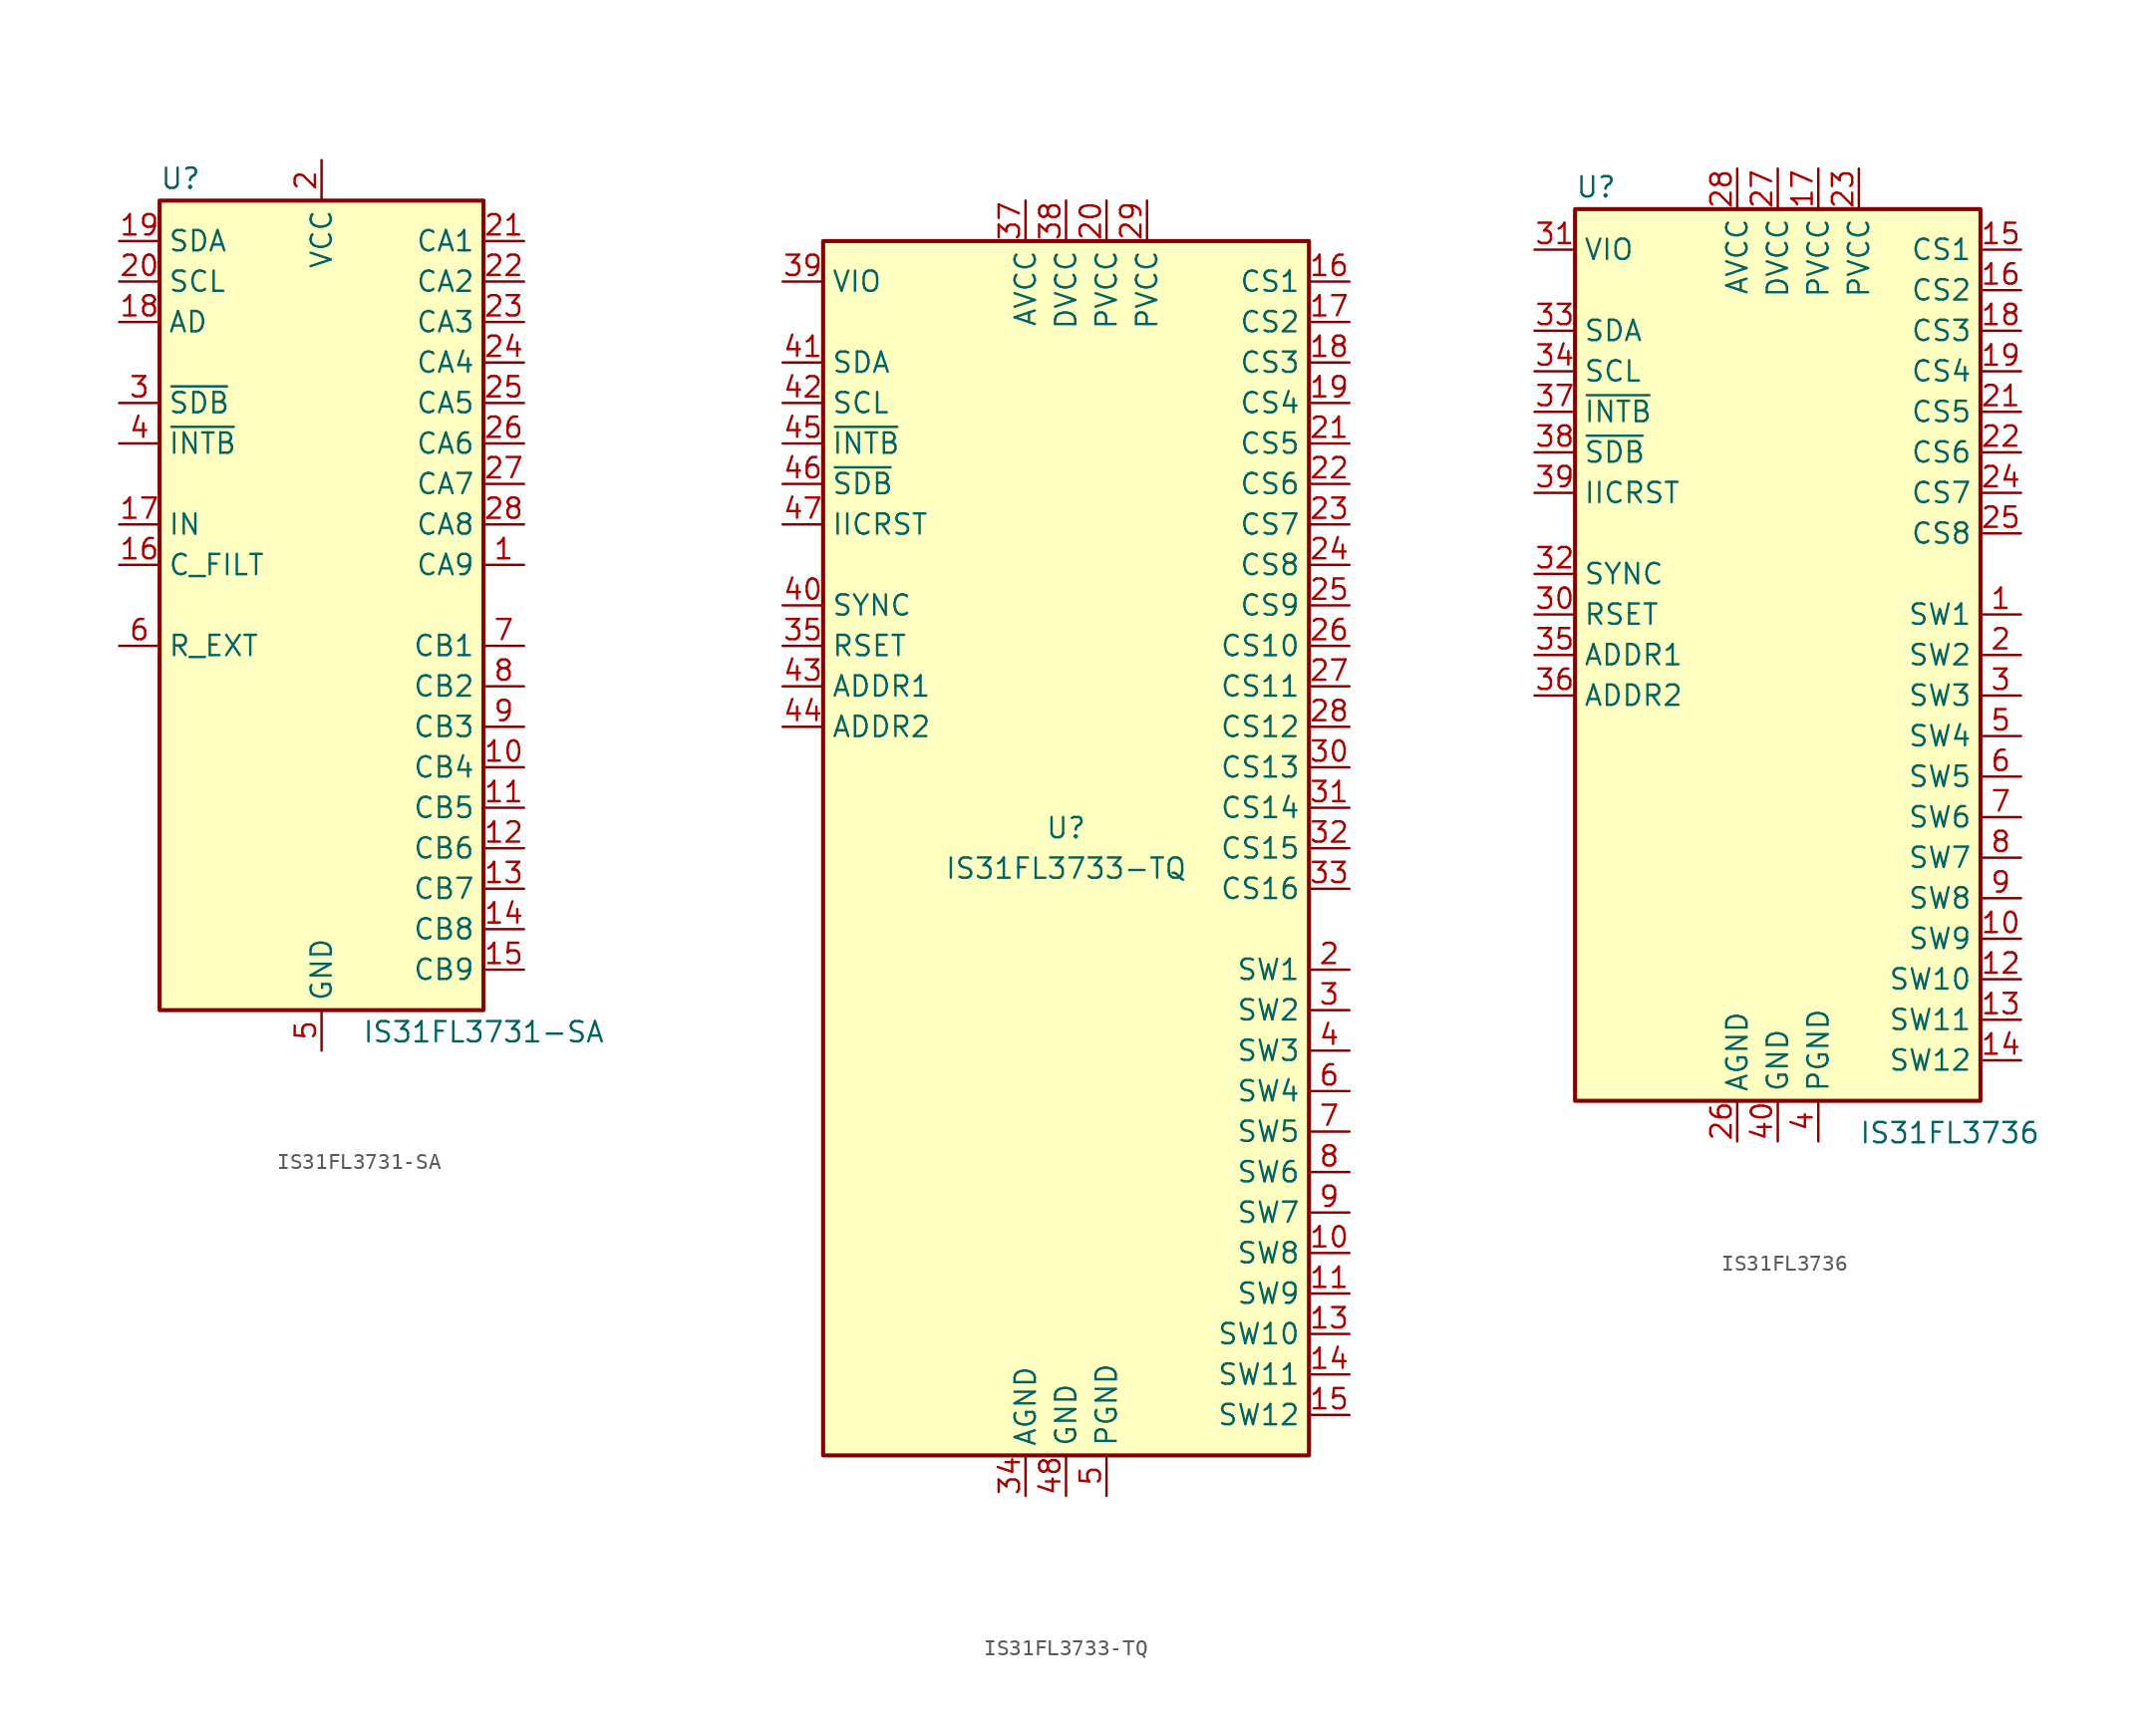
<source format=kicad_sym>
(kicad_symbol_lib
  (version 20201005)
  (generator kicad_symbol_editor)
  (symbol "IS31FL3731-SA"
    (property "Reference" "U"
      (at -10.16 26.035 0)
      (effects (font (size 1.27 1.27)) (justify left bottom)))
    (property "Value" "IS31FL3731-SA"
      (at 2.54 -26.035 0)
      (effects (font (size 1.27 1.27)) (justify left top)))
    (symbol "IS31FL3731-SA_0_1"
      (rectangle (start -10.16 25.4) (end 10.16 -25.4) (stroke (width 0.254)) (fill (type background))))
    (symbol "IS31FL3731-SA_1_1"
      (pin bidirectional line (at 12.7 2.54 180) (length 2.54) (name "CA9" (effects (font (size 1.27 1.27)))) (number "1" (effects (font (size 1.27 1.27)))))
      (pin bidirectional line (at 12.7 -10.16 180) (length 2.54) (name "CB4" (effects (font (size 1.27 1.27)))) (number "10" (effects (font (size 1.27 1.27)))))
      (pin bidirectional line (at 12.7 -12.7 180) (length 2.54) (name "CB5" (effects (font (size 1.27 1.27)))) (number "11" (effects (font (size 1.27 1.27)))))
      (pin bidirectional line (at 12.7 -15.24 180) (length 2.54) (name "CB6" (effects (font (size 1.27 1.27)))) (number "12" (effects (font (size 1.27 1.27)))))
      (pin bidirectional line (at 12.7 -17.78 180) (length 2.54) (name "CB7" (effects (font (size 1.27 1.27)))) (number "13" (effects (font (size 1.27 1.27)))))
      (pin bidirectional line (at 12.7 -20.32 180) (length 2.54) (name "CB8" (effects (font (size 1.27 1.27)))) (number "14" (effects (font (size 1.27 1.27)))))
      (pin bidirectional line (at 12.7 -22.86 180) (length 2.54) (name "CB9" (effects (font (size 1.27 1.27)))) (number "15" (effects (font (size 1.27 1.27)))))
      (pin passive line (at -12.7 2.54 0) (length 2.54) (name "C_FILT" (effects (font (size 1.27 1.27)))) (number "16" (effects (font (size 1.27 1.27)))))
      (pin input line (at -12.7 5.08 0) (length 2.54) (name "IN" (effects (font (size 1.27 1.27)))) (number "17" (effects (font (size 1.27 1.27)))))
      (pin input line (at -12.7 17.78 0) (length 2.54) (name "AD" (effects (font (size 1.27 1.27)))) (number "18" (effects (font (size 1.27 1.27)))))
      (pin bidirectional line (at -12.7 22.86 0) (length 2.54) (name "SDA" (effects (font (size 1.27 1.27)))) (number "19" (effects (font (size 1.27 1.27)))))
      (pin power_in line (at 0 27.94 270) (length 2.54) (name "VCC" (effects (font (size 1.27 1.27)))) (number "2" (effects (font (size 1.27 1.27)))))
      (pin input line (at -12.7 20.32 0) (length 2.54) (name "SCL" (effects (font (size 1.27 1.27)))) (number "20" (effects (font (size 1.27 1.27)))))
      (pin bidirectional line (at 12.7 22.86 180) (length 2.54) (name "CA1" (effects (font (size 1.27 1.27)))) (number "21" (effects (font (size 1.27 1.27)))))
      (pin bidirectional line (at 12.7 20.32 180) (length 2.54) (name "CA2" (effects (font (size 1.27 1.27)))) (number "22" (effects (font (size 1.27 1.27)))))
      (pin bidirectional line (at 12.7 17.78 180) (length 2.54) (name "CA3" (effects (font (size 1.27 1.27)))) (number "23" (effects (font (size 1.27 1.27)))))
      (pin bidirectional line (at 12.7 15.24 180) (length 2.54) (name "CA4" (effects (font (size 1.27 1.27)))) (number "24" (effects (font (size 1.27 1.27)))))
      (pin bidirectional line (at 12.7 12.7 180) (length 2.54) (name "CA5" (effects (font (size 1.27 1.27)))) (number "25" (effects (font (size 1.27 1.27)))))
      (pin bidirectional line (at 12.7 10.16 180) (length 2.54) (name "CA6" (effects (font (size 1.27 1.27)))) (number "26" (effects (font (size 1.27 1.27)))))
      (pin bidirectional line (at 12.7 7.62 180) (length 2.54) (name "CA7" (effects (font (size 1.27 1.27)))) (number "27" (effects (font (size 1.27 1.27)))))
      (pin bidirectional line (at 12.7 5.08 180) (length 2.54) (name "CA8" (effects (font (size 1.27 1.27)))) (number "28" (effects (font (size 1.27 1.27)))))
      (pin input line (at -12.7 12.7 0) (length 2.54) (name "~SDB" (effects (font (size 1.27 1.27)))) (number "3" (effects (font (size 1.27 1.27)))))
      (pin open_collector line (at -12.7 10.16 0) (length 2.54) (name "~INTB" (effects (font (size 1.27 1.27)))) (number "4" (effects (font (size 1.27 1.27)))))
      (pin power_in line (at 0 -27.94 90) (length 2.54) (name "GND" (effects (font (size 1.27 1.27)))) (number "5" (effects (font (size 1.27 1.27)))))
      (pin passive line (at -12.7 -2.54 0) (length 2.54) (name "R_EXT" (effects (font (size 1.27 1.27)))) (number "6" (effects (font (size 1.27 1.27)))))
      (pin bidirectional line (at 12.7 -2.54 180) (length 2.54) (name "CB1" (effects (font (size 1.27 1.27)))) (number "7" (effects (font (size 1.27 1.27)))))
      (pin bidirectional line (at 12.7 -5.08 180) (length 2.54) (name "CB2" (effects (font (size 1.27 1.27)))) (number "8" (effects (font (size 1.27 1.27)))))
      (pin bidirectional line (at 12.7 -7.62 180) (length 2.54) (name "CB3" (effects (font (size 1.27 1.27)))) (number "9" (effects (font (size 1.27 1.27)))))))
  (symbol "IS31FL3733-TQ"
    (property "Reference" "U"
      (at 0 1.27 0)
      (effects (font (size 1.27 1.27))))
    (property "Value" "IS31FL3733-TQ"
      (at 0 -1.27 0)
      (effects (font (size 1.27 1.27))))
    (symbol "IS31FL3733-TQ_0_1"
      (rectangle (start -15.24 38.1) (end 15.24 -38.1) (stroke (width 0.254)) (fill (type background))))
    (symbol "IS31FL3733-TQ_1_1"
      (pin no_connect line (at -15.24 -33.02 0) (length 2.54) hide (name "NC" (effects (font (size 1.27 1.27)))) (number "1" (effects (font (size 1.27 1.27)))))
      (pin input line (at 17.78 -25.4 180) (length 2.54) (name "SW8" (effects (font (size 1.27 1.27)))) (number "10" (effects (font (size 1.27 1.27)))))
      (pin input line (at 17.78 -27.94 180) (length 2.54) (name "SW9" (effects (font (size 1.27 1.27)))) (number "11" (effects (font (size 1.27 1.27)))))
      (pin passive line (at 2.54 -40.64 90) (length 2.54) hide (name "PGND" (effects (font (size 1.27 1.27)))) (number "12" (effects (font (size 1.27 1.27)))))
      (pin input line (at 17.78 -30.48 180) (length 2.54) (name "SW10" (effects (font (size 1.27 1.27)))) (number "13" (effects (font (size 1.27 1.27)))))
      (pin input line (at 17.78 -33.02 180) (length 2.54) (name "SW11" (effects (font (size 1.27 1.27)))) (number "14" (effects (font (size 1.27 1.27)))))
      (pin input line (at 17.78 -35.56 180) (length 2.54) (name "SW12" (effects (font (size 1.27 1.27)))) (number "15" (effects (font (size 1.27 1.27)))))
      (pin output line (at 17.78 35.56 180) (length 2.54) (name "CS1" (effects (font (size 1.27 1.27)))) (number "16" (effects (font (size 1.27 1.27)))))
      (pin output line (at 17.78 33.02 180) (length 2.54) (name "CS2" (effects (font (size 1.27 1.27)))) (number "17" (effects (font (size 1.27 1.27)))))
      (pin output line (at 17.78 30.48 180) (length 2.54) (name "CS3" (effects (font (size 1.27 1.27)))) (number "18" (effects (font (size 1.27 1.27)))))
      (pin output line (at 17.78 27.94 180) (length 2.54) (name "CS4" (effects (font (size 1.27 1.27)))) (number "19" (effects (font (size 1.27 1.27)))))
      (pin input line (at 17.78 -7.62 180) (length 2.54) (name "SW1" (effects (font (size 1.27 1.27)))) (number "2" (effects (font (size 1.27 1.27)))))
      (pin power_in line (at 2.54 40.64 270) (length 2.54) (name "PVCC" (effects (font (size 1.27 1.27)))) (number "20" (effects (font (size 1.27 1.27)))))
      (pin output line (at 17.78 25.4 180) (length 2.54) (name "CS5" (effects (font (size 1.27 1.27)))) (number "21" (effects (font (size 1.27 1.27)))))
      (pin output line (at 17.78 22.86 180) (length 2.54) (name "CS6" (effects (font (size 1.27 1.27)))) (number "22" (effects (font (size 1.27 1.27)))))
      (pin output line (at 17.78 20.32 180) (length 2.54) (name "CS7" (effects (font (size 1.27 1.27)))) (number "23" (effects (font (size 1.27 1.27)))))
      (pin output line (at 17.78 17.78 180) (length 2.54) (name "CS8" (effects (font (size 1.27 1.27)))) (number "24" (effects (font (size 1.27 1.27)))))
      (pin output line (at 17.78 15.24 180) (length 2.54) (name "CS9" (effects (font (size 1.27 1.27)))) (number "25" (effects (font (size 1.27 1.27)))))
      (pin output line (at 17.78 12.7 180) (length 2.54) (name "CS10" (effects (font (size 1.27 1.27)))) (number "26" (effects (font (size 1.27 1.27)))))
      (pin output line (at 17.78 10.16 180) (length 2.54) (name "CS11" (effects (font (size 1.27 1.27)))) (number "27" (effects (font (size 1.27 1.27)))))
      (pin output line (at 17.78 7.62 180) (length 2.54) (name "CS12" (effects (font (size 1.27 1.27)))) (number "28" (effects (font (size 1.27 1.27)))))
      (pin power_in line (at 5.08 40.64 270) (length 2.54) (name "PVCC" (effects (font (size 1.27 1.27)))) (number "29" (effects (font (size 1.27 1.27)))))
      (pin input line (at 17.78 -10.16 180) (length 2.54) (name "SW2" (effects (font (size 1.27 1.27)))) (number "3" (effects (font (size 1.27 1.27)))))
      (pin output line (at 17.78 5.08 180) (length 2.54) (name "CS13" (effects (font (size 1.27 1.27)))) (number "30" (effects (font (size 1.27 1.27)))))
      (pin output line (at 17.78 2.54 180) (length 2.54) (name "CS14" (effects (font (size 1.27 1.27)))) (number "31" (effects (font (size 1.27 1.27)))))
      (pin output line (at 17.78 0 180) (length 2.54) (name "CS15" (effects (font (size 1.27 1.27)))) (number "32" (effects (font (size 1.27 1.27)))))
      (pin output line (at 17.78 -2.54 180) (length 2.54) (name "CS16" (effects (font (size 1.27 1.27)))) (number "33" (effects (font (size 1.27 1.27)))))
      (pin power_in line (at -2.54 -40.64 90) (length 2.54) (name "AGND" (effects (font (size 1.27 1.27)))) (number "34" (effects (font (size 1.27 1.27)))))
      (pin passive line (at -17.78 12.7 0) (length 2.54) (name "RSET" (effects (font (size 1.27 1.27)))) (number "35" (effects (font (size 1.27 1.27)))))
      (pin no_connect line (at -15.24 -35.56 0) (length 2.54) hide (name "NC" (effects (font (size 1.27 1.27)))) (number "36" (effects (font (size 1.27 1.27)))))
      (pin power_in line (at -2.54 40.64 270) (length 2.54) (name "AVCC" (effects (font (size 1.27 1.27)))) (number "37" (effects (font (size 1.27 1.27)))))
      (pin power_in line (at 0 40.64 270) (length 2.54) (name "DVCC" (effects (font (size 1.27 1.27)))) (number "38" (effects (font (size 1.27 1.27)))))
      (pin input line (at -17.78 35.56 0) (length 2.54) (name "VIO" (effects (font (size 1.27 1.27)))) (number "39" (effects (font (size 1.27 1.27)))))
      (pin input line (at 17.78 -12.7 180) (length 2.54) (name "SW3" (effects (font (size 1.27 1.27)))) (number "4" (effects (font (size 1.27 1.27)))))
      (pin input line (at -17.78 15.24 0) (length 2.54) (name "SYNC" (effects (font (size 1.27 1.27)))) (number "40" (effects (font (size 1.27 1.27)))))
      (pin bidirectional line (at -17.78 30.48 0) (length 2.54) (name "SDA" (effects (font (size 1.27 1.27)))) (number "41" (effects (font (size 1.27 1.27)))))
      (pin input line (at -17.78 27.94 0) (length 2.54) (name "SCL" (effects (font (size 1.27 1.27)))) (number "42" (effects (font (size 1.27 1.27)))))
      (pin input line (at -17.78 10.16 0) (length 2.54) (name "ADDR1" (effects (font (size 1.27 1.27)))) (number "43" (effects (font (size 1.27 1.27)))))
      (pin input line (at -17.78 7.62 0) (length 2.54) (name "ADDR2" (effects (font (size 1.27 1.27)))) (number "44" (effects (font (size 1.27 1.27)))))
      (pin open_collector line (at -17.78 25.4 0) (length 2.54) (name "~INTB" (effects (font (size 1.27 1.27)))) (number "45" (effects (font (size 1.27 1.27)))))
      (pin input line (at -17.78 22.86 0) (length 2.54) (name "~SDB" (effects (font (size 1.27 1.27)))) (number "46" (effects (font (size 1.27 1.27)))))
      (pin input line (at -17.78 20.32 0) (length 2.54) (name "IICRST" (effects (font (size 1.27 1.27)))) (number "47" (effects (font (size 1.27 1.27)))))
      (pin power_in line (at 0 -40.64 90) (length 2.54) (name "GND" (effects (font (size 1.27 1.27)))) (number "48" (effects (font (size 1.27 1.27)))))
      (pin passive line (at 0 -40.64 90) (length 2.54) hide (name "GND" (effects (font (size 1.27 1.27)))) (number "49" (effects (font (size 1.27 1.27)))))
      (pin power_in line (at 2.54 -40.64 90) (length 2.54) (name "PGND" (effects (font (size 1.27 1.27)))) (number "5" (effects (font (size 1.27 1.27)))))
      (pin input line (at 17.78 -15.24 180) (length 2.54) (name "SW4" (effects (font (size 1.27 1.27)))) (number "6" (effects (font (size 1.27 1.27)))))
      (pin input line (at 17.78 -17.78 180) (length 2.54) (name "SW5" (effects (font (size 1.27 1.27)))) (number "7" (effects (font (size 1.27 1.27)))))
      (pin input line (at 17.78 -20.32 180) (length 2.54) (name "SW6" (effects (font (size 1.27 1.27)))) (number "8" (effects (font (size 1.27 1.27)))))
      (pin input line (at 17.78 -22.86 180) (length 2.54) (name "SW7" (effects (font (size 1.27 1.27)))) (number "9" (effects (font (size 1.27 1.27)))))))
  (symbol "IS31FL3736"
    (property "Reference" "U"
      (at -12.7 28.575 0)
      (effects (font (size 1.27 1.27)) (justify left bottom)))
    (property "Value" "IS31FL3736"
      (at 5.08 -29.21 0)
      (effects (font (size 1.27 1.27)) (justify left top)))
    (symbol "IS31FL3736_0_1"
      (rectangle (start -12.7 27.94) (end 12.7 -27.94) (stroke (width 0.254)) (fill (type background))))
    (symbol "IS31FL3736_1_1"
      (pin input line (at 15.24 2.54 180) (length 2.54) (name "SW1" (effects (font (size 1.27 1.27)))) (number "1" (effects (font (size 1.27 1.27)))))
      (pin input line (at 15.24 -17.78 180) (length 2.54) (name "SW9" (effects (font (size 1.27 1.27)))) (number "10" (effects (font (size 1.27 1.27)))))
      (pin passive line (at 2.54 -30.48 90) (length 2.54) hide (name "PGND" (effects (font (size 1.27 1.27)))) (number "11" (effects (font (size 1.27 1.27)))))
      (pin input line (at 15.24 -20.32 180) (length 2.54) (name "SW10" (effects (font (size 1.27 1.27)))) (number "12" (effects (font (size 1.27 1.27)))))
      (pin input line (at 15.24 -22.86 180) (length 2.54) (name "SW11" (effects (font (size 1.27 1.27)))) (number "13" (effects (font (size 1.27 1.27)))))
      (pin input line (at 15.24 -25.4 180) (length 2.54) (name "SW12" (effects (font (size 1.27 1.27)))) (number "14" (effects (font (size 1.27 1.27)))))
      (pin output line (at 15.24 25.4 180) (length 2.54) (name "CS1" (effects (font (size 1.27 1.27)))) (number "15" (effects (font (size 1.27 1.27)))))
      (pin output line (at 15.24 22.86 180) (length 2.54) (name "CS2" (effects (font (size 1.27 1.27)))) (number "16" (effects (font (size 1.27 1.27)))))
      (pin power_in line (at 2.54 30.48 270) (length 2.54) (name "PVCC" (effects (font (size 1.27 1.27)))) (number "17" (effects (font (size 1.27 1.27)))))
      (pin output line (at 15.24 20.32 180) (length 2.54) (name "CS3" (effects (font (size 1.27 1.27)))) (number "18" (effects (font (size 1.27 1.27)))))
      (pin output line (at 15.24 17.78 180) (length 2.54) (name "CS4" (effects (font (size 1.27 1.27)))) (number "19" (effects (font (size 1.27 1.27)))))
      (pin input line (at 15.24 0 180) (length 2.54) (name "SW2" (effects (font (size 1.27 1.27)))) (number "2" (effects (font (size 1.27 1.27)))))
      (pin no_connect line (at -12.7 -22.86 0) (length 2.54) hide (name "NC" (effects (font (size 1.27 1.27)))) (number "20" (effects (font (size 1.27 1.27)))))
      (pin output line (at 15.24 15.24 180) (length 2.54) (name "CS5" (effects (font (size 1.27 1.27)))) (number "21" (effects (font (size 1.27 1.27)))))
      (pin output line (at 15.24 12.7 180) (length 2.54) (name "CS6" (effects (font (size 1.27 1.27)))) (number "22" (effects (font (size 1.27 1.27)))))
      (pin power_in line (at 5.08 30.48 270) (length 2.54) (name "PVCC" (effects (font (size 1.27 1.27)))) (number "23" (effects (font (size 1.27 1.27)))))
      (pin output line (at 15.24 10.16 180) (length 2.54) (name "CS7" (effects (font (size 1.27 1.27)))) (number "24" (effects (font (size 1.27 1.27)))))
      (pin output line (at 15.24 7.62 180) (length 2.54) (name "CS8" (effects (font (size 1.27 1.27)))) (number "25" (effects (font (size 1.27 1.27)))))
      (pin power_in line (at -2.54 -30.48 90) (length 2.54) (name "AGND" (effects (font (size 1.27 1.27)))) (number "26" (effects (font (size 1.27 1.27)))))
      (pin power_in line (at 0 30.48 270) (length 2.54) (name "DVCC" (effects (font (size 1.27 1.27)))) (number "27" (effects (font (size 1.27 1.27)))))
      (pin power_in line (at -2.54 30.48 270) (length 2.54) (name "AVCC" (effects (font (size 1.27 1.27)))) (number "28" (effects (font (size 1.27 1.27)))))
      (pin no_connect line (at -12.7 -25.4 0) (length 2.54) hide (name "NC" (effects (font (size 1.27 1.27)))) (number "29" (effects (font (size 1.27 1.27)))))
      (pin input line (at 15.24 -2.54 180) (length 2.54) (name "SW3" (effects (font (size 1.27 1.27)))) (number "3" (effects (font (size 1.27 1.27)))))
      (pin passive line (at -15.24 2.54 0) (length 2.54) (name "RSET" (effects (font (size 1.27 1.27)))) (number "30" (effects (font (size 1.27 1.27)))))
      (pin input line (at -15.24 25.4 0) (length 2.54) (name "VIO" (effects (font (size 1.27 1.27)))) (number "31" (effects (font (size 1.27 1.27)))))
      (pin input line (at -15.24 5.08 0) (length 2.54) (name "SYNC" (effects (font (size 1.27 1.27)))) (number "32" (effects (font (size 1.27 1.27)))))
      (pin bidirectional line (at -15.24 20.32 0) (length 2.54) (name "SDA" (effects (font (size 1.27 1.27)))) (number "33" (effects (font (size 1.27 1.27)))))
      (pin input line (at -15.24 17.78 0) (length 2.54) (name "SCL" (effects (font (size 1.27 1.27)))) (number "34" (effects (font (size 1.27 1.27)))))
      (pin input line (at -15.24 0 0) (length 2.54) (name "ADDR1" (effects (font (size 1.27 1.27)))) (number "35" (effects (font (size 1.27 1.27)))))
      (pin input line (at -15.24 -2.54 0) (length 2.54) (name "ADDR2" (effects (font (size 1.27 1.27)))) (number "36" (effects (font (size 1.27 1.27)))))
      (pin open_collector line (at -15.24 15.24 0) (length 2.54) (name "~INTB" (effects (font (size 1.27 1.27)))) (number "37" (effects (font (size 1.27 1.27)))))
      (pin input line (at -15.24 12.7 0) (length 2.54) (name "~SDB" (effects (font (size 1.27 1.27)))) (number "38" (effects (font (size 1.27 1.27)))))
      (pin input line (at -15.24 10.16 0) (length 2.54) (name "IICRST" (effects (font (size 1.27 1.27)))) (number "39" (effects (font (size 1.27 1.27)))))
      (pin power_in line (at 2.54 -30.48 90) (length 2.54) (name "PGND" (effects (font (size 1.27 1.27)))) (number "4" (effects (font (size 1.27 1.27)))))
      (pin power_in line (at 0 -30.48 90) (length 2.54) (name "GND" (effects (font (size 1.27 1.27)))) (number "40" (effects (font (size 1.27 1.27)))))
      (pin passive line (at 0 -30.48 90) (length 2.54) hide (name "GND" (effects (font (size 1.27 1.27)))) (number "41" (effects (font (size 1.27 1.27)))))
      (pin input line (at 15.24 -5.08 180) (length 2.54) (name "SW4" (effects (font (size 1.27 1.27)))) (number "5" (effects (font (size 1.27 1.27)))))
      (pin input line (at 15.24 -7.62 180) (length 2.54) (name "SW5" (effects (font (size 1.27 1.27)))) (number "6" (effects (font (size 1.27 1.27)))))
      (pin input line (at 15.24 -10.16 180) (length 2.54) (name "SW6" (effects (font (size 1.27 1.27)))) (number "7" (effects (font (size 1.27 1.27)))))
      (pin input line (at 15.24 -12.7 180) (length 2.54) (name "SW7" (effects (font (size 1.27 1.27)))) (number "8" (effects (font (size 1.27 1.27)))))
      (pin input line (at 15.24 -15.24 180) (length 2.54) (name "SW8" (effects (font (size 1.27 1.27)))) (number "9" (effects (font (size 1.27 1.27))))))))
</source>
